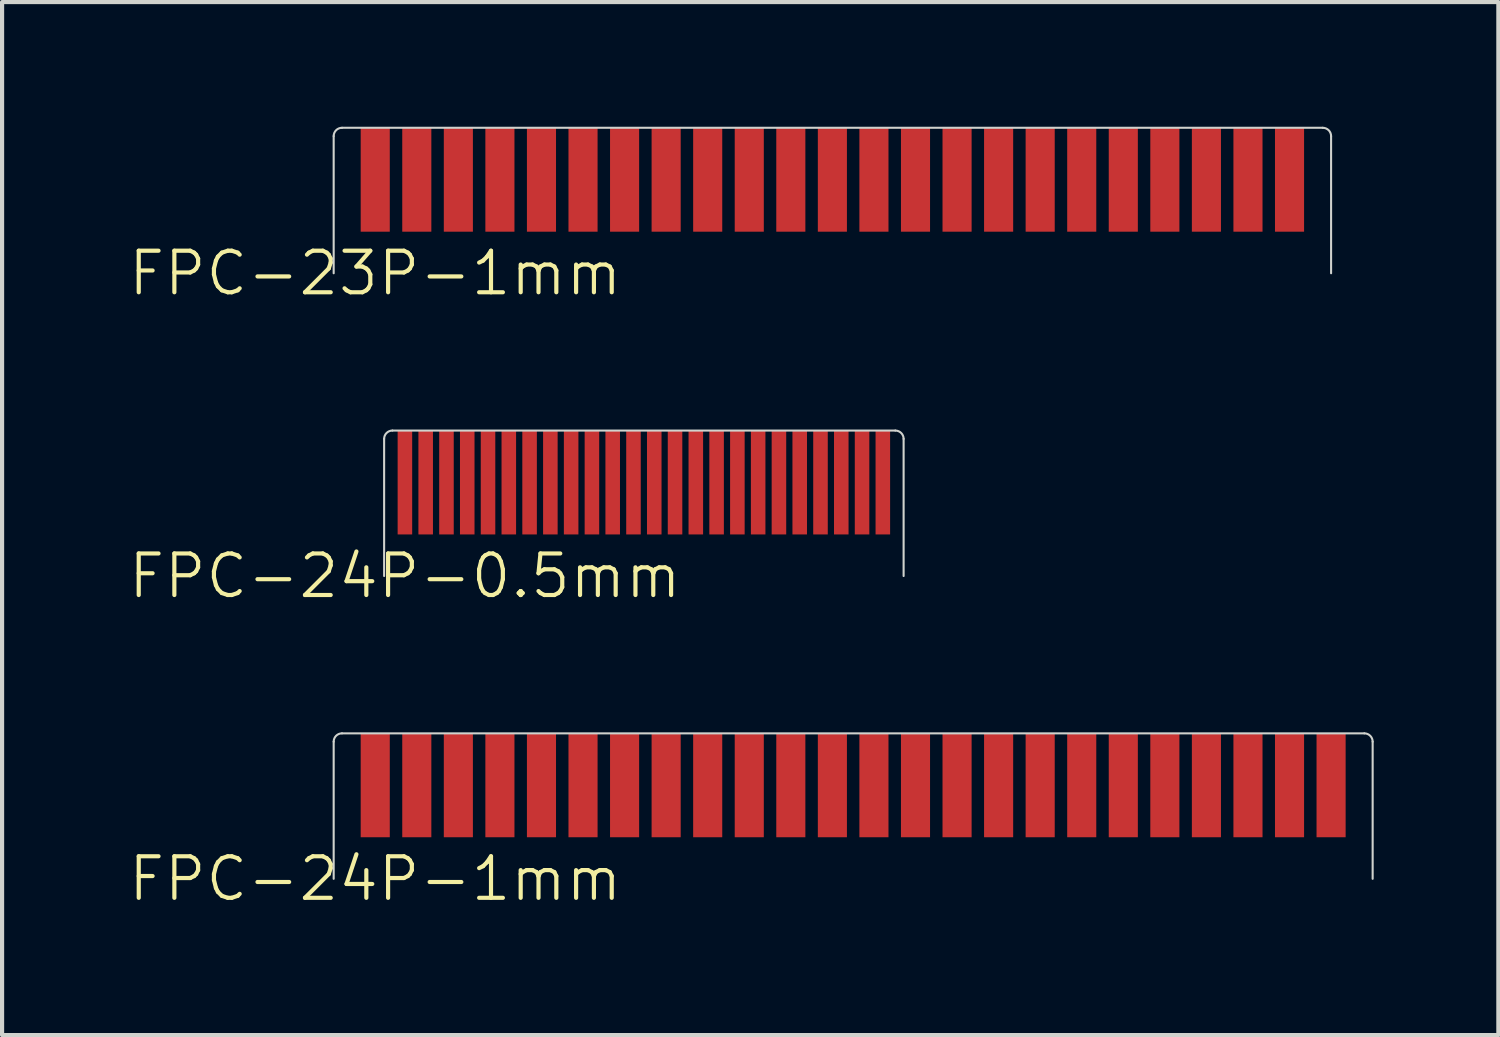
<source format=kicad_pcb>
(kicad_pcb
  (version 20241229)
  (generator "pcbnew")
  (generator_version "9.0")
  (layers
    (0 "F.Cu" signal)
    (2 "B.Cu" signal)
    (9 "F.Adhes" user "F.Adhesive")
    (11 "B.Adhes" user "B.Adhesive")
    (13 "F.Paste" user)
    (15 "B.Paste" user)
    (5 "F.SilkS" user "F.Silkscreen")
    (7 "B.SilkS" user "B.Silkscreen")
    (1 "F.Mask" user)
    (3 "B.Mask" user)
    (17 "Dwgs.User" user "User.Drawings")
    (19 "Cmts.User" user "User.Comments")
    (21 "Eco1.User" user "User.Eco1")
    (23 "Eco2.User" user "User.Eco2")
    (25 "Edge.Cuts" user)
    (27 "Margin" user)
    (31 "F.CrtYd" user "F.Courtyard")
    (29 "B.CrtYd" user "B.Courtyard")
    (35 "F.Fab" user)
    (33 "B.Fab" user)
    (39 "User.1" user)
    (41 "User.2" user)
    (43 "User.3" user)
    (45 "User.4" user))
  (footprint "FPC-23P-1mm"
    (layer "F.Cu")
    (at 5.979 1.275)
    (property "Reference" "FPC-23P-1mm" (at 0 2.25 0) (unlocked yes) (layer "F.SilkS") (effects (font (size 1 1) (thickness 0.1))))
    (attr smd)
    (fp_line (start -1 2.25) (end -1 -1.05) (stroke (width 0.05) (type default)) (layer "Edge.Cuts"))
    (fp_line (start -0.8 -1.25) (end 22.8 -1.25) (stroke (width 0.05) (type default)) (layer "Edge.Cuts"))
    (fp_line (start 23 2.25) (end 23 -1.05) (stroke (width 0.05) (type default)) (layer "Edge.Cuts"))
    (fp_arc (start -1 -1.05) (mid -0.941421 -1.191421) (end -0.8 -1.25) (stroke (width 0.05) (type default)) (layer "Edge.Cuts"))
    (fp_arc (start 22.8 -1.25) (mid 22.941421 -1.191421) (end 23 -1.05) (stroke (width 0.05) (type default)) (layer "Edge.Cuts"))
    (fp_line (start -1 2.25) (end -1 -1.05) (stroke (width 0.05) (type default)) (layer "User.1"))
    (fp_line (start -1 2.25) (end 23 2.25) (stroke (width 0.05) (type default)) (layer "User.1"))
    (fp_line (start -0.8 -1.25) (end 22.8 -1.25) (stroke (width 0.05) (type default)) (layer "User.1"))
    (fp_line (start 23 2.25) (end 23 -1.05) (stroke (width 0.05) (type default)) (layer "User.1"))
    (fp_arc (start -1 -1.05) (mid -0.941421 -1.191421) (end -0.8 -1.25) (stroke (width 0.05) (type default)) (layer "User.1"))
    (fp_arc (start 22.8 -1.25) (mid 22.941421 -1.191421) (end 23 -1.05) (stroke (width 0.05) (type default)) (layer "User.1"))
    (pad "1" smd rect (at 0 0 90) (size 2.5 0.7) (layers "F.Cu" "F.Mask" "F.Paste"))
    (pad "2" smd rect (at 1 0 90) (size 2.5 0.7) (layers "F.Cu" "F.Mask" "F.Paste"))
    (pad "3" smd rect (at 2 0 90) (size 2.5 0.7) (layers "F.Cu" "F.Mask" "F.Paste"))
    (pad "4" smd rect (at 3 0 90) (size 2.5 0.7) (layers "F.Cu" "F.Mask" "F.Paste"))
    (pad "5" smd rect (at 4 0 90) (size 2.5 0.7) (layers "F.Cu" "F.Mask" "F.Paste"))
    (pad "6" smd rect (at 5 0 90) (size 2.5 0.7) (layers "F.Cu" "F.Mask" "F.Paste"))
    (pad "7" smd rect (at 6 0 90) (size 2.5 0.7) (layers "F.Cu" "F.Mask" "F.Paste"))
    (pad "8" smd rect (at 7 0 90) (size 2.5 0.7) (layers "F.Cu" "F.Mask" "F.Paste"))
    (pad "9" smd rect (at 8 0 90) (size 2.5 0.7) (layers "F.Cu" "F.Mask" "F.Paste"))
    (pad "10" smd rect (at 9 0 90) (size 2.5 0.7) (layers "F.Cu" "F.Mask" "F.Paste"))
    (pad "11" smd rect (at 10 0 90) (size 2.5 0.7) (layers "F.Cu" "F.Mask" "F.Paste"))
    (pad "12" smd rect (at 11 0 90) (size 2.5 0.7) (layers "F.Cu" "F.Mask" "F.Paste"))
    (pad "13" smd rect (at 12 0 90) (size 2.5 0.7) (layers "F.Cu" "F.Mask" "F.Paste"))
    (pad "14" smd rect (at 13 0 90) (size 2.5 0.7) (layers "F.Cu" "F.Mask" "F.Paste"))
    (pad "15" smd rect (at 14 0 90) (size 2.5 0.7) (layers "F.Cu" "F.Mask" "F.Paste"))
    (pad "16" smd rect (at 15 0 90) (size 2.5 0.7) (layers "F.Cu" "F.Mask" "F.Paste"))
    (pad "17" smd rect (at 16 0 90) (size 2.5 0.7) (layers "F.Cu" "F.Mask" "F.Paste"))
    (pad "18" smd rect (at 17 0 90) (size 2.5 0.7) (layers "F.Cu" "F.Mask" "F.Paste"))
    (pad "19" smd rect (at 18 0 90) (size 2.5 0.7) (layers "F.Cu" "F.Mask" "F.Paste"))
    (pad "20" smd rect (at 19 0 90) (size 2.5 0.7) (layers "F.Cu" "F.Mask" "F.Paste"))
    (pad "21" smd rect (at 20 0 90) (size 2.5 0.7) (layers "F.Cu" "F.Mask" "F.Paste"))
    (pad "22" smd rect (at 21 0 90) (size 2.5 0.7) (layers "F.Cu" "F.Mask" "F.Paste"))
    (pad "23" smd rect (at 22 0 90) (size 2.5 0.7) (layers "F.Cu" "F.Mask" "F.Paste")))
  (footprint "FPC-24P-0.5mm"
    (layer "F.Cu")
    (at 6.693 8.56)
    (property "Reference" "FPC-24P-0.5mm" (at 0 2.25 0) (unlocked yes) (layer "F.SilkS") (effects (font (size 1 1) (thickness 0.1))))
    (attr smd)
    (fp_line (start -0.5 2.25) (end -0.5 -1.05) (stroke (width 0.05) (type default)) (layer "Edge.Cuts"))
    (fp_line (start -0.3 -1.25) (end 11.8 -1.25) (stroke (width 0.05) (type default)) (layer "Edge.Cuts"))
    (fp_line (start 12 2.25) (end 12 -1.05) (stroke (width 0.05) (type default)) (layer "Edge.Cuts"))
    (fp_arc (start -0.5 -1.05) (mid -0.441421 -1.191421) (end -0.3 -1.25) (stroke (width 0.05) (type default)) (layer "Edge.Cuts"))
    (fp_arc (start 11.8 -1.25) (mid 11.941421 -1.191421) (end 12 -1.05) (stroke (width 0.05) (type default)) (layer "Edge.Cuts"))
    (fp_line (start -0.5 2.25) (end -0.5 -1.05) (stroke (width 0.05) (type default)) (layer "User.1"))
    (fp_line (start -0.5 2.25) (end 12 2.25) (stroke (width 0.05) (type default)) (layer "User.1"))
    (fp_line (start -0.3 -1.25) (end 11.8 -1.25) (stroke (width 0.05) (type default)) (layer "User.1"))
    (fp_line (start 12 2.25) (end 12 -1.05) (stroke (width 0.05) (type default)) (layer "User.1"))
    (fp_arc (start -0.5 -1.05) (mid -0.441421 -1.191421) (end -0.3 -1.25) (stroke (width 0.05) (type default)) (layer "User.1"))
    (fp_arc (start 11.8 -1.25) (mid 11.941421 -1.191421) (end 12 -1.05) (stroke (width 0.05) (type default)) (layer "User.1"))
    (pad "1" smd rect (at 0 0 90) (size 2.5 0.35) (layers "F.Cu" "F.Mask" "F.Paste"))
    (pad "2" smd rect (at 0.5 0 90) (size 2.5 0.35) (layers "F.Cu" "F.Mask" "F.Paste"))
    (pad "3" smd rect (at 1 0 90) (size 2.5 0.35) (layers "F.Cu" "F.Mask" "F.Paste"))
    (pad "4" smd rect (at 1.5 0 90) (size 2.5 0.35) (layers "F.Cu" "F.Mask" "F.Paste"))
    (pad "5" smd rect (at 2 0 90) (size 2.5 0.35) (layers "F.Cu" "F.Mask" "F.Paste"))
    (pad "6" smd rect (at 2.5 0 90) (size 2.5 0.35) (layers "F.Cu" "F.Mask" "F.Paste"))
    (pad "7" smd rect (at 3 0 90) (size 2.5 0.35) (layers "F.Cu" "F.Mask" "F.Paste"))
    (pad "8" smd rect (at 3.5 0 90) (size 2.5 0.35) (layers "F.Cu" "F.Mask" "F.Paste"))
    (pad "9" smd rect (at 4 0 90) (size 2.5 0.35) (layers "F.Cu" "F.Mask" "F.Paste"))
    (pad "10" smd rect (at 4.5 0 90) (size 2.5 0.35) (layers "F.Cu" "F.Mask" "F.Paste"))
    (pad "11" smd rect (at 5 0 90) (size 2.5 0.35) (layers "F.Cu" "F.Mask" "F.Paste"))
    (pad "12" smd rect (at 5.5 0 90) (size 2.5 0.35) (layers "F.Cu" "F.Mask" "F.Paste"))
    (pad "13" smd rect (at 6 0 90) (size 2.5 0.35) (layers "F.Cu" "F.Mask" "F.Paste"))
    (pad "14" smd rect (at 6.5 0 90) (size 2.5 0.35) (layers "F.Cu" "F.Mask" "F.Paste"))
    (pad "15" smd rect (at 7 0 90) (size 2.5 0.35) (layers "F.Cu" "F.Mask" "F.Paste"))
    (pad "16" smd rect (at 7.5 0 90) (size 2.5 0.35) (layers "F.Cu" "F.Mask" "F.Paste"))
    (pad "17" smd rect (at 8 0 90) (size 2.5 0.35) (layers "F.Cu" "F.Mask" "F.Paste"))
    (pad "18" smd rect (at 8.5 0 90) (size 2.5 0.35) (layers "F.Cu" "F.Mask" "F.Paste"))
    (pad "19" smd rect (at 9 0 90) (size 2.5 0.35) (layers "F.Cu" "F.Mask" "F.Paste"))
    (pad "20" smd rect (at 9.5 0 90) (size 2.5 0.35) (layers "F.Cu" "F.Mask" "F.Paste"))
    (pad "21" smd rect (at 10 0 90) (size 2.5 0.35) (layers "F.Cu" "F.Mask" "F.Paste"))
    (pad "22" smd rect (at 10.5 0 90) (size 2.5 0.35) (layers "F.Cu" "F.Mask" "F.Paste"))
    (pad "23" smd rect (at 11 0 90) (size 2.5 0.35) (layers "F.Cu" "F.Mask" "F.Paste"))
    (pad "24" smd rect (at 11.5 0 90) (size 2.5 0.35) (layers "F.Cu" "F.Mask" "F.Paste")))
  (footprint "FPC-24P-1mm"
    (layer "F.Cu")
    (at 5.979 15.846)
    (property "Reference" "FPC-24P-1mm" (at 0 2.25 0) (unlocked yes) (layer "F.SilkS") (effects (font (size 1 1) (thickness 0.1))))
    (attr smd)
    (fp_line (start -1 2.25) (end -1 -1.05) (stroke (width 0.05) (type default)) (layer "Edge.Cuts"))
    (fp_line (start -0.8 -1.25) (end 23.8 -1.25) (stroke (width 0.05) (type default)) (layer "Edge.Cuts"))
    (fp_line (start 24 2.25) (end 24 -1.05) (stroke (width 0.05) (type default)) (layer "Edge.Cuts"))
    (fp_arc (start -1 -1.05) (mid -0.941421 -1.191421) (end -0.8 -1.25) (stroke (width 0.05) (type default)) (layer "Edge.Cuts"))
    (fp_arc (start 23.8 -1.25) (mid 23.941421 -1.191421) (end 24 -1.05) (stroke (width 0.05) (type default)) (layer "Edge.Cuts"))
    (fp_line (start -1 2.25) (end -1 -1.05) (stroke (width 0.05) (type default)) (layer "User.1"))
    (fp_line (start -1 2.25) (end 24 2.25) (stroke (width 0.05) (type default)) (layer "User.1"))
    (fp_line (start -0.8 -1.25) (end 23.8 -1.25) (stroke (width 0.05) (type default)) (layer "User.1"))
    (fp_line (start 24 2.25) (end 24 -1.05) (stroke (width 0.05) (type default)) (layer "User.1"))
    (fp_arc (start -1 -1.05) (mid -0.941421 -1.191421) (end -0.8 -1.25) (stroke (width 0.05) (type default)) (layer "User.1"))
    (fp_arc (start 23.8 -1.25) (mid 23.941421 -1.191421) (end 24 -1.05) (stroke (width 0.05) (type default)) (layer "User.1"))
    (pad "1" smd rect (at 0 0 90) (size 2.5 0.7) (layers "F.Cu" "F.Mask" "F.Paste"))
    (pad "2" smd rect (at 1 0 90) (size 2.5 0.7) (layers "F.Cu" "F.Mask" "F.Paste"))
    (pad "3" smd rect (at 2 0 90) (size 2.5 0.7) (layers "F.Cu" "F.Mask" "F.Paste"))
    (pad "4" smd rect (at 3 0 90) (size 2.5 0.7) (layers "F.Cu" "F.Mask" "F.Paste"))
    (pad "5" smd rect (at 4 0 90) (size 2.5 0.7) (layers "F.Cu" "F.Mask" "F.Paste"))
    (pad "6" smd rect (at 5 0 90) (size 2.5 0.7) (layers "F.Cu" "F.Mask" "F.Paste"))
    (pad "7" smd rect (at 6 0 90) (size 2.5 0.7) (layers "F.Cu" "F.Mask" "F.Paste"))
    (pad "8" smd rect (at 7 0 90) (size 2.5 0.7) (layers "F.Cu" "F.Mask" "F.Paste"))
    (pad "9" smd rect (at 8 0 90) (size 2.5 0.7) (layers "F.Cu" "F.Mask" "F.Paste"))
    (pad "10" smd rect (at 9 0 90) (size 2.5 0.7) (layers "F.Cu" "F.Mask" "F.Paste"))
    (pad "11" smd rect (at 10 0 90) (size 2.5 0.7) (layers "F.Cu" "F.Mask" "F.Paste"))
    (pad "12" smd rect (at 11 0 90) (size 2.5 0.7) (layers "F.Cu" "F.Mask" "F.Paste"))
    (pad "13" smd rect (at 12 0 90) (size 2.5 0.7) (layers "F.Cu" "F.Mask" "F.Paste"))
    (pad "14" smd rect (at 13 0 90) (size 2.5 0.7) (layers "F.Cu" "F.Mask" "F.Paste"))
    (pad "15" smd rect (at 14 0 90) (size 2.5 0.7) (layers "F.Cu" "F.Mask" "F.Paste"))
    (pad "16" smd rect (at 15 0 90) (size 2.5 0.7) (layers "F.Cu" "F.Mask" "F.Paste"))
    (pad "17" smd rect (at 16 0 90) (size 2.5 0.7) (layers "F.Cu" "F.Mask" "F.Paste"))
    (pad "18" smd rect (at 17 0 90) (size 2.5 0.7) (layers "F.Cu" "F.Mask" "F.Paste"))
    (pad "19" smd rect (at 18 0 90) (size 2.5 0.7) (layers "F.Cu" "F.Mask" "F.Paste"))
    (pad "20" smd rect (at 19 0 90) (size 2.5 0.7) (layers "F.Cu" "F.Mask" "F.Paste"))
    (pad "21" smd rect (at 20 0 90) (size 2.5 0.7) (layers "F.Cu" "F.Mask" "F.Paste"))
    (pad "22" smd rect (at 21 0 90) (size 2.5 0.7) (layers "F.Cu" "F.Mask" "F.Paste"))
    (pad "23" smd rect (at 22 0 90) (size 2.5 0.7) (layers "F.Cu" "F.Mask" "F.Paste"))
    (pad "24" smd rect (at 23 0 90) (size 2.5 0.7) (layers "F.Cu" "F.Mask" "F.Paste")))
  (gr_rect
    (start -3 -3)
    (end 33.004 21.857)
    (stroke (width 0.1) (type default))
    (fill no)
    (layer "Edge.Cuts")))
</source>
